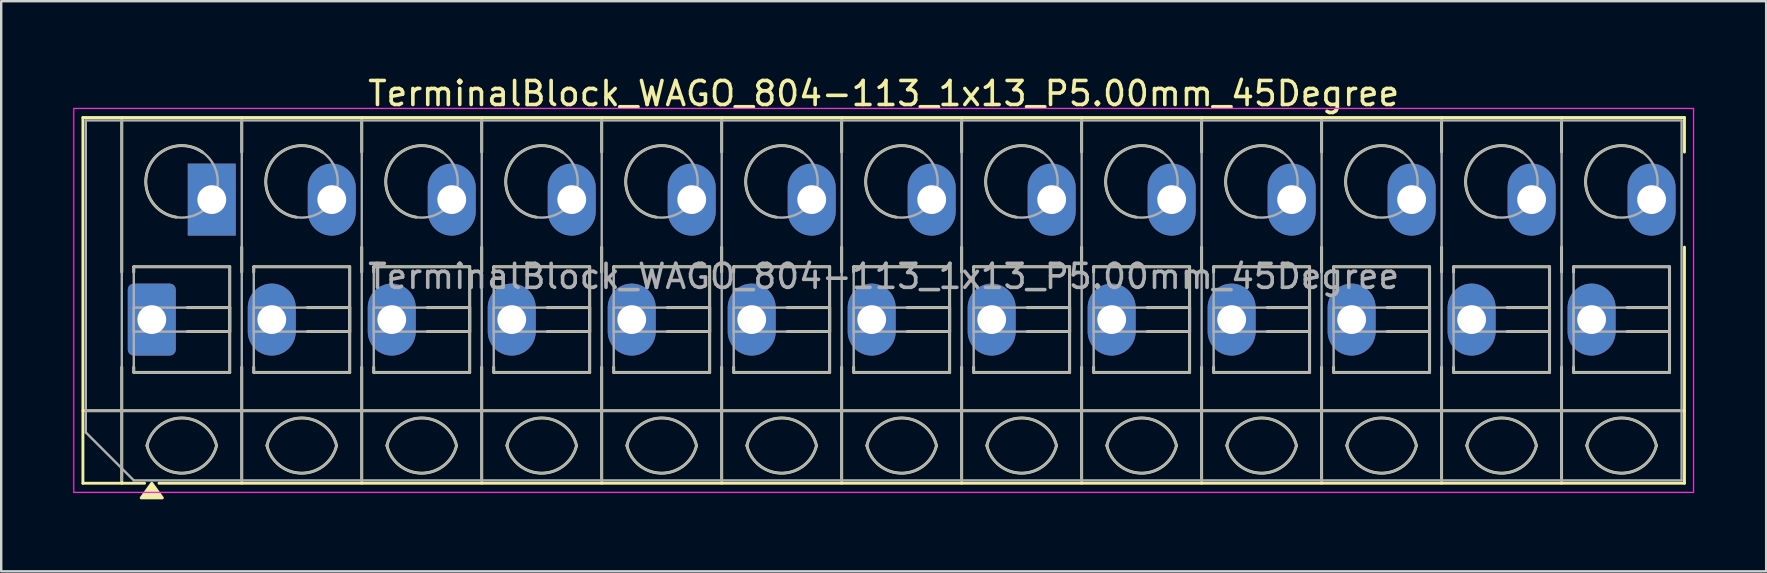
<source format=kicad_pcb>
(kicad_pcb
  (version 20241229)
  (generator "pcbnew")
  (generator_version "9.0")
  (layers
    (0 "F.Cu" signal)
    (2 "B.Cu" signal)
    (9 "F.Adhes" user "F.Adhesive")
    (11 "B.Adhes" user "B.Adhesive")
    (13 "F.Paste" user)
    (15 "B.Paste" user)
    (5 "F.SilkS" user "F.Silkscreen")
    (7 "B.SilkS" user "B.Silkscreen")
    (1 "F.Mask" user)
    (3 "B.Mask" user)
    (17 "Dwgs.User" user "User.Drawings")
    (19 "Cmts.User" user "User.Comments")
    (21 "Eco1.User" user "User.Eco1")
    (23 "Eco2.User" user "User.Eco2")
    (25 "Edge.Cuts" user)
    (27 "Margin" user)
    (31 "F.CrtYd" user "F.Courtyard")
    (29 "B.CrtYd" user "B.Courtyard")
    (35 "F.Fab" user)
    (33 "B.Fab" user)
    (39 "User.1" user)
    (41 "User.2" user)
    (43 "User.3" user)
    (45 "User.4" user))
  (footprint "TerminalBlock_WAGO_804-113_1x13_P5.00mm_45Degree"
    (layer "F.Cu")
    (at 3.275 10.268)
    (property "Reference" "TerminalBlock_WAGO_804-113_1x13_P5.00mm_45Degree" (at 30.5 -9.42 0) (layer "F.SilkS") (effects (font (size 1 1) (thickness 0.15))))
    (attr through_hole)
    (fp_line (start -2.87 -8.42) (end -2.87 6.82) (stroke (width 0.12) (type solid)) (layer "F.SilkS"))
    (fp_line (start -2.87 -8.42) (end 63.87 -8.42) (stroke (width 0.12) (type solid)) (layer "F.SilkS"))
    (fp_line (start -2.87 3.8) (end 63.87 3.8) (stroke (width 0.12) (type solid)) (layer "F.SilkS"))
    (fp_line (start -2.87 6.82) (end -0.3 6.82) (stroke (width 0.12) (type solid)) (layer "F.SilkS"))
    (fp_line (start -1.25 -8.42) (end -1.25 -1.98) (stroke (width 0.12) (type solid)) (layer "F.SilkS"))
    (fp_line (start -1.25 1.98) (end -1.25 6.82) (stroke (width 0.12) (type solid)) (layer "F.SilkS"))
    (fp_line (start -0.75 -2.2) (end -0.75 -1.98) (stroke (width 0.12) (type solid)) (layer "F.SilkS"))
    (fp_line (start -0.75 -2.2) (end 3.25 -2.2) (stroke (width 0.12) (type solid)) (layer "F.SilkS"))
    (fp_line (start -0.75 1.98) (end -0.75 2.2) (stroke (width 0.12) (type solid)) (layer "F.SilkS"))
    (fp_line (start -0.75 2.2) (end 3.25 2.2) (stroke (width 0.12) (type solid)) (layer "F.SilkS"))
    (fp_line (start 0.3 6.82) (end 63.87 6.82) (stroke (width 0.12) (type solid)) (layer "F.SilkS"))
    (fp_line (start 1.48 -0.5) (end 3.25 -0.5) (stroke (width 0.12) (type solid)) (layer "F.SilkS"))
    (fp_line (start 1.48 0.5) (end 3.25 0.5) (stroke (width 0.12) (type solid)) (layer "F.SilkS"))
    (fp_line (start 3.25 -2.2) (end 3.25 2.2) (stroke (width 0.12) (type solid)) (layer "F.SilkS"))
    (fp_line (start 3.25 -0.5) (end 3.25 0.5) (stroke (width 0.12) (type solid)) (layer "F.SilkS"))
    (fp_line (start 3.75 -8.42) (end 3.75 -6.98) (stroke (width 0.12) (type solid)) (layer "F.SilkS"))
    (fp_line (start 3.75 -3.02) (end 3.75 -1.98) (stroke (width 0.12) (type solid)) (layer "F.SilkS"))
    (fp_line (start 3.75 1.98) (end 3.75 6.82) (stroke (width 0.12) (type solid)) (layer "F.SilkS"))
    (fp_line (start 4.25 -2.2) (end 4.25 -1.98) (stroke (width 0.12) (type solid)) (layer "F.SilkS"))
    (fp_line (start 4.25 -2.2) (end 8.25 -2.2) (stroke (width 0.12) (type solid)) (layer "F.SilkS"))
    (fp_line (start 4.25 1.98) (end 4.25 2.2) (stroke (width 0.12) (type solid)) (layer "F.SilkS"))
    (fp_line (start 4.25 2.2) (end 8.25 2.2) (stroke (width 0.12) (type solid)) (layer "F.SilkS"))
    (fp_line (start 6.48 -0.5) (end 8.25 -0.5) (stroke (width 0.12) (type solid)) (layer "F.SilkS"))
    (fp_line (start 6.48 0.5) (end 8.25 0.5) (stroke (width 0.12) (type solid)) (layer "F.SilkS"))
    (fp_line (start 8.25 -2.2) (end 8.25 2.2) (stroke (width 0.12) (type solid)) (layer "F.SilkS"))
    (fp_line (start 8.25 -0.5) (end 8.25 0.5) (stroke (width 0.12) (type solid)) (layer "F.SilkS"))
    (fp_line (start 8.75 -8.42) (end 8.75 -6.98) (stroke (width 0.12) (type solid)) (layer "F.SilkS"))
    (fp_line (start 8.75 -3.02) (end 8.75 -1.98) (stroke (width 0.12) (type solid)) (layer "F.SilkS"))
    (fp_line (start 8.75 1.98) (end 8.75 6.82) (stroke (width 0.12) (type solid)) (layer "F.SilkS"))
    (fp_line (start 9.25 -2.2) (end 9.25 -1.98) (stroke (width 0.12) (type solid)) (layer "F.SilkS"))
    (fp_line (start 9.25 -2.2) (end 13.25 -2.2) (stroke (width 0.12) (type solid)) (layer "F.SilkS"))
    (fp_line (start 9.25 1.98) (end 9.25 2.2) (stroke (width 0.12) (type solid)) (layer "F.SilkS"))
    (fp_line (start 9.25 2.2) (end 13.25 2.2) (stroke (width 0.12) (type solid)) (layer "F.SilkS"))
    (fp_line (start 11.48 -0.5) (end 13.25 -0.5) (stroke (width 0.12) (type solid)) (layer "F.SilkS"))
    (fp_line (start 11.48 0.5) (end 13.25 0.5) (stroke (width 0.12) (type solid)) (layer "F.SilkS"))
    (fp_line (start 13.25 -2.2) (end 13.25 2.2) (stroke (width 0.12) (type solid)) (layer "F.SilkS"))
    (fp_line (start 13.25 -0.5) (end 13.25 0.5) (stroke (width 0.12) (type solid)) (layer "F.SilkS"))
    (fp_line (start 13.75 -8.42) (end 13.75 -6.98) (stroke (width 0.12) (type solid)) (layer "F.SilkS"))
    (fp_line (start 13.75 -3.02) (end 13.75 -1.98) (stroke (width 0.12) (type solid)) (layer "F.SilkS"))
    (fp_line (start 13.75 1.98) (end 13.75 6.82) (stroke (width 0.12) (type solid)) (layer "F.SilkS"))
    (fp_line (start 14.25 -2.2) (end 14.25 -1.98) (stroke (width 0.12) (type solid)) (layer "F.SilkS"))
    (fp_line (start 14.25 -2.2) (end 18.25 -2.2) (stroke (width 0.12) (type solid)) (layer "F.SilkS"))
    (fp_line (start 14.25 1.98) (end 14.25 2.2) (stroke (width 0.12) (type solid)) (layer "F.SilkS"))
    (fp_line (start 14.25 2.2) (end 18.25 2.2) (stroke (width 0.12) (type solid)) (layer "F.SilkS"))
    (fp_line (start 16.48 -0.5) (end 18.25 -0.5) (stroke (width 0.12) (type solid)) (layer "F.SilkS"))
    (fp_line (start 16.48 0.5) (end 18.25 0.5) (stroke (width 0.12) (type solid)) (layer "F.SilkS"))
    (fp_line (start 18.25 -2.2) (end 18.25 2.2) (stroke (width 0.12) (type solid)) (layer "F.SilkS"))
    (fp_line (start 18.25 -0.5) (end 18.25 0.5) (stroke (width 0.12) (type solid)) (layer "F.SilkS"))
    (fp_line (start 18.75 -8.42) (end 18.75 -6.98) (stroke (width 0.12) (type solid)) (layer "F.SilkS"))
    (fp_line (start 18.75 -3.02) (end 18.75 -1.98) (stroke (width 0.12) (type solid)) (layer "F.SilkS"))
    (fp_line (start 18.75 1.98) (end 18.75 6.82) (stroke (width 0.12) (type solid)) (layer "F.SilkS"))
    (fp_line (start 19.25 -2.2) (end 19.25 -1.98) (stroke (width 0.12) (type solid)) (layer "F.SilkS"))
    (fp_line (start 19.25 -2.2) (end 23.25 -2.2) (stroke (width 0.12) (type solid)) (layer "F.SilkS"))
    (fp_line (start 19.25 1.98) (end 19.25 2.2) (stroke (width 0.12) (type solid)) (layer "F.SilkS"))
    (fp_line (start 19.25 2.2) (end 23.25 2.2) (stroke (width 0.12) (type solid)) (layer "F.SilkS"))
    (fp_line (start 21.48 -0.5) (end 23.25 -0.5) (stroke (width 0.12) (type solid)) (layer "F.SilkS"))
    (fp_line (start 21.48 0.5) (end 23.25 0.5) (stroke (width 0.12) (type solid)) (layer "F.SilkS"))
    (fp_line (start 23.25 -2.2) (end 23.25 2.2) (stroke (width 0.12) (type solid)) (layer "F.SilkS"))
    (fp_line (start 23.25 -0.5) (end 23.25 0.5) (stroke (width 0.12) (type solid)) (layer "F.SilkS"))
    (fp_line (start 23.75 -8.42) (end 23.75 -6.98) (stroke (width 0.12) (type solid)) (layer "F.SilkS"))
    (fp_line (start 23.75 -3.02) (end 23.75 -1.98) (stroke (width 0.12) (type solid)) (layer "F.SilkS"))
    (fp_line (start 23.75 1.98) (end 23.75 6.82) (stroke (width 0.12) (type solid)) (layer "F.SilkS"))
    (fp_line (start 24.25 -2.2) (end 24.25 -1.98) (stroke (width 0.12) (type solid)) (layer "F.SilkS"))
    (fp_line (start 24.25 -2.2) (end 28.25 -2.2) (stroke (width 0.12) (type solid)) (layer "F.SilkS"))
    (fp_line (start 24.25 1.98) (end 24.25 2.2) (stroke (width 0.12) (type solid)) (layer "F.SilkS"))
    (fp_line (start 24.25 2.2) (end 28.25 2.2) (stroke (width 0.12) (type solid)) (layer "F.SilkS"))
    (fp_line (start 26.48 -0.5) (end 28.25 -0.5) (stroke (width 0.12) (type solid)) (layer "F.SilkS"))
    (fp_line (start 26.48 0.5) (end 28.25 0.5) (stroke (width 0.12) (type solid)) (layer "F.SilkS"))
    (fp_line (start 28.25 -2.2) (end 28.25 2.2) (stroke (width 0.12) (type solid)) (layer "F.SilkS"))
    (fp_line (start 28.25 -0.5) (end 28.25 0.5) (stroke (width 0.12) (type solid)) (layer "F.SilkS"))
    (fp_line (start 28.75 -8.42) (end 28.75 -6.98) (stroke (width 0.12) (type solid)) (layer "F.SilkS"))
    (fp_line (start 28.75 -3.02) (end 28.75 -1.98) (stroke (width 0.12) (type solid)) (layer "F.SilkS"))
    (fp_line (start 28.75 1.98) (end 28.75 6.82) (stroke (width 0.12) (type solid)) (layer "F.SilkS"))
    (fp_line (start 29.25 -2.2) (end 29.25 -1.98) (stroke (width 0.12) (type solid)) (layer "F.SilkS"))
    (fp_line (start 29.25 -2.2) (end 33.25 -2.2) (stroke (width 0.12) (type solid)) (layer "F.SilkS"))
    (fp_line (start 29.25 1.98) (end 29.25 2.2) (stroke (width 0.12) (type solid)) (layer "F.SilkS"))
    (fp_line (start 29.25 2.2) (end 33.25 2.2) (stroke (width 0.12) (type solid)) (layer "F.SilkS"))
    (fp_line (start 31.48 -0.5) (end 33.25 -0.5) (stroke (width 0.12) (type solid)) (layer "F.SilkS"))
    (fp_line (start 31.48 0.5) (end 33.25 0.5) (stroke (width 0.12) (type solid)) (layer "F.SilkS"))
    (fp_line (start 33.25 -2.2) (end 33.25 2.2) (stroke (width 0.12) (type solid)) (layer "F.SilkS"))
    (fp_line (start 33.25 -0.5) (end 33.25 0.5) (stroke (width 0.12) (type solid)) (layer "F.SilkS"))
    (fp_line (start 33.75 -8.42) (end 33.75 -6.98) (stroke (width 0.12) (type solid)) (layer "F.SilkS"))
    (fp_line (start 33.75 -3.02) (end 33.75 -1.98) (stroke (width 0.12) (type solid)) (layer "F.SilkS"))
    (fp_line (start 33.75 1.98) (end 33.75 6.82) (stroke (width 0.12) (type solid)) (layer "F.SilkS"))
    (fp_line (start 34.25 -2.2) (end 34.25 -1.98) (stroke (width 0.12) (type solid)) (layer "F.SilkS"))
    (fp_line (start 34.25 -2.2) (end 38.25 -2.2) (stroke (width 0.12) (type solid)) (layer "F.SilkS"))
    (fp_line (start 34.25 1.98) (end 34.25 2.2) (stroke (width 0.12) (type solid)) (layer "F.SilkS"))
    (fp_line (start 34.25 2.2) (end 38.25 2.2) (stroke (width 0.12) (type solid)) (layer "F.SilkS"))
    (fp_line (start 36.48 -0.5) (end 38.25 -0.5) (stroke (width 0.12) (type solid)) (layer "F.SilkS"))
    (fp_line (start 36.48 0.5) (end 38.25 0.5) (stroke (width 0.12) (type solid)) (layer "F.SilkS"))
    (fp_line (start 38.25 -2.2) (end 38.25 2.2) (stroke (width 0.12) (type solid)) (layer "F.SilkS"))
    (fp_line (start 38.25 -0.5) (end 38.25 0.5) (stroke (width 0.12) (type solid)) (layer "F.SilkS"))
    (fp_line (start 38.75 -8.42) (end 38.75 -6.98) (stroke (width 0.12) (type solid)) (layer "F.SilkS"))
    (fp_line (start 38.75 -3.02) (end 38.75 -1.98) (stroke (width 0.12) (type solid)) (layer "F.SilkS"))
    (fp_line (start 38.75 1.98) (end 38.75 6.82) (stroke (width 0.12) (type solid)) (layer "F.SilkS"))
    (fp_line (start 39.25 -2.2) (end 39.25 -1.98) (stroke (width 0.12) (type solid)) (layer "F.SilkS"))
    (fp_line (start 39.25 -2.2) (end 43.25 -2.2) (stroke (width 0.12) (type solid)) (layer "F.SilkS"))
    (fp_line (start 39.25 1.98) (end 39.25 2.2) (stroke (width 0.12) (type solid)) (layer "F.SilkS"))
    (fp_line (start 39.25 2.2) (end 43.25 2.2) (stroke (width 0.12) (type solid)) (layer "F.SilkS"))
    (fp_line (start 41.48 -0.5) (end 43.25 -0.5) (stroke (width 0.12) (type solid)) (layer "F.SilkS"))
    (fp_line (start 41.48 0.5) (end 43.25 0.5) (stroke (width 0.12) (type solid)) (layer "F.SilkS"))
    (fp_line (start 43.25 -2.2) (end 43.25 2.2) (stroke (width 0.12) (type solid)) (layer "F.SilkS"))
    (fp_line (start 43.25 -0.5) (end 43.25 0.5) (stroke (width 0.12) (type solid)) (layer "F.SilkS"))
    (fp_line (start 43.75 -8.42) (end 43.75 -6.98) (stroke (width 0.12) (type solid)) (layer "F.SilkS"))
    (fp_line (start 43.75 -3.02) (end 43.75 -1.98) (stroke (width 0.12) (type solid)) (layer "F.SilkS"))
    (fp_line (start 43.75 1.98) (end 43.75 6.82) (stroke (width 0.12) (type solid)) (layer "F.SilkS"))
    (fp_line (start 44.25 -2.2) (end 44.25 -1.98) (stroke (width 0.12) (type solid)) (layer "F.SilkS"))
    (fp_line (start 44.25 -2.2) (end 48.25 -2.2) (stroke (width 0.12) (type solid)) (layer "F.SilkS"))
    (fp_line (start 44.25 1.98) (end 44.25 2.2) (stroke (width 0.12) (type solid)) (layer "F.SilkS"))
    (fp_line (start 44.25 2.2) (end 48.25 2.2) (stroke (width 0.12) (type solid)) (layer "F.SilkS"))
    (fp_line (start 46.48 -0.5) (end 48.25 -0.5) (stroke (width 0.12) (type solid)) (layer "F.SilkS"))
    (fp_line (start 46.48 0.5) (end 48.25 0.5) (stroke (width 0.12) (type solid)) (layer "F.SilkS"))
    (fp_line (start 48.25 -2.2) (end 48.25 2.2) (stroke (width 0.12) (type solid)) (layer "F.SilkS"))
    (fp_line (start 48.25 -0.5) (end 48.25 0.5) (stroke (width 0.12) (type solid)) (layer "F.SilkS"))
    (fp_line (start 48.75 -8.42) (end 48.75 -6.98) (stroke (width 0.12) (type solid)) (layer "F.SilkS"))
    (fp_line (start 48.75 -3.02) (end 48.75 -1.98) (stroke (width 0.12) (type solid)) (layer "F.SilkS"))
    (fp_line (start 48.75 1.98) (end 48.75 6.82) (stroke (width 0.12) (type solid)) (layer "F.SilkS"))
    (fp_line (start 49.25 -2.2) (end 49.25 -1.98) (stroke (width 0.12) (type solid)) (layer "F.SilkS"))
    (fp_line (start 49.25 -2.2) (end 53.25 -2.2) (stroke (width 0.12) (type solid)) (layer "F.SilkS"))
    (fp_line (start 49.25 1.98) (end 49.25 2.2) (stroke (width 0.12) (type solid)) (layer "F.SilkS"))
    (fp_line (start 49.25 2.2) (end 53.25 2.2) (stroke (width 0.12) (type solid)) (layer "F.SilkS"))
    (fp_line (start 51.48 -0.5) (end 53.25 -0.5) (stroke (width 0.12) (type solid)) (layer "F.SilkS"))
    (fp_line (start 51.48 0.5) (end 53.25 0.5) (stroke (width 0.12) (type solid)) (layer "F.SilkS"))
    (fp_line (start 53.25 -2.2) (end 53.25 2.2) (stroke (width 0.12) (type solid)) (layer "F.SilkS"))
    (fp_line (start 53.25 -0.5) (end 53.25 0.5) (stroke (width 0.12) (type solid)) (layer "F.SilkS"))
    (fp_line (start 53.75 -8.42) (end 53.75 -6.98) (stroke (width 0.12) (type solid)) (layer "F.SilkS"))
    (fp_line (start 53.75 -3.02) (end 53.75 -1.98) (stroke (width 0.12) (type solid)) (layer "F.SilkS"))
    (fp_line (start 53.75 1.98) (end 53.75 6.82) (stroke (width 0.12) (type solid)) (layer "F.SilkS"))
    (fp_line (start 54.25 -2.2) (end 54.25 -1.98) (stroke (width 0.12) (type solid)) (layer "F.SilkS"))
    (fp_line (start 54.25 -2.2) (end 58.25 -2.2) (stroke (width 0.12) (type solid)) (layer "F.SilkS"))
    (fp_line (start 54.25 1.98) (end 54.25 2.2) (stroke (width 0.12) (type solid)) (layer "F.SilkS"))
    (fp_line (start 54.25 2.2) (end 58.25 2.2) (stroke (width 0.12) (type solid)) (layer "F.SilkS"))
    (fp_line (start 56.48 -0.5) (end 58.25 -0.5) (stroke (width 0.12) (type solid)) (layer "F.SilkS"))
    (fp_line (start 56.48 0.5) (end 58.25 0.5) (stroke (width 0.12) (type solid)) (layer "F.SilkS"))
    (fp_line (start 58.25 -2.2) (end 58.25 2.2) (stroke (width 0.12) (type solid)) (layer "F.SilkS"))
    (fp_line (start 58.25 -0.5) (end 58.25 0.5) (stroke (width 0.12) (type solid)) (layer "F.SilkS"))
    (fp_line (start 58.75 -8.42) (end 58.75 -6.98) (stroke (width 0.12) (type solid)) (layer "F.SilkS"))
    (fp_line (start 58.75 -3.02) (end 58.75 -1.98) (stroke (width 0.12) (type solid)) (layer "F.SilkS"))
    (fp_line (start 58.75 1.98) (end 58.75 6.82) (stroke (width 0.12) (type solid)) (layer "F.SilkS"))
    (fp_line (start 59.25 -2.2) (end 59.25 -1.98) (stroke (width 0.12) (type solid)) (layer "F.SilkS"))
    (fp_line (start 59.25 -2.2) (end 63.25 -2.2) (stroke (width 0.12) (type solid)) (layer "F.SilkS"))
    (fp_line (start 59.25 1.98) (end 59.25 2.2) (stroke (width 0.12) (type solid)) (layer "F.SilkS"))
    (fp_line (start 59.25 2.2) (end 63.25 2.2) (stroke (width 0.12) (type solid)) (layer "F.SilkS"))
    (fp_line (start 61.48 -0.5) (end 63.25 -0.5) (stroke (width 0.12) (type solid)) (layer "F.SilkS"))
    (fp_line (start 61.48 0.5) (end 63.25 0.5) (stroke (width 0.12) (type solid)) (layer "F.SilkS"))
    (fp_line (start 63.25 -2.2) (end 63.25 2.2) (stroke (width 0.12) (type solid)) (layer "F.SilkS"))
    (fp_line (start 63.25 -0.5) (end 63.25 0.5) (stroke (width 0.12) (type solid)) (layer "F.SilkS"))
    (fp_line (start 63.87 -8.42) (end 63.87 -6.98) (stroke (width 0.12) (type solid)) (layer "F.SilkS"))
    (fp_line (start 63.87 -3.02) (end 63.87 6.82) (stroke (width 0.12) (type solid)) (layer "F.SilkS"))
    (fp_arc (start -0.199969 5.249867) (mid 1.250068 4.099899) (end 2.7 5.25) (stroke (width 0.12) (type solid)) (layer "F.SilkS"))
    (fp_arc (start 1.02 -4.268) (mid -0.141815 -6.308637) (end 2.10843 -6.979765) (stroke (width 0.12) (type solid)) (layer "F.SilkS"))
    (fp_arc (start 2.7 5.25) (mid 1.250068 6.400101) (end -0.199969 5.250133) (stroke (width 0.12) (type solid)) (layer "F.SilkS"))
    (fp_arc (start 4.800031 5.249867) (mid 6.250068 4.099899) (end 7.7 5.25) (stroke (width 0.12) (type solid)) (layer "F.SilkS"))
    (fp_arc (start 6.02 -4.268) (mid 4.858185 -6.308637) (end 7.10843 -6.979765) (stroke (width 0.12) (type solid)) (layer "F.SilkS"))
    (fp_arc (start 7.7 5.25) (mid 6.250068 6.400101) (end 4.800031 5.250133) (stroke (width 0.12) (type solid)) (layer "F.SilkS"))
    (fp_arc (start 9.800031 5.249867) (mid 11.250068 4.099899) (end 12.7 5.25) (stroke (width 0.12) (type solid)) (layer "F.SilkS"))
    (fp_arc (start 11.02 -4.268) (mid 9.858185 -6.308637) (end 12.10843 -6.979765) (stroke (width 0.12) (type solid)) (layer "F.SilkS"))
    (fp_arc (start 12.7 5.25) (mid 11.250068 6.400101) (end 9.800031 5.250133) (stroke (width 0.12) (type solid)) (layer "F.SilkS"))
    (fp_arc (start 14.800031 5.249867) (mid 16.250068 4.099899) (end 17.7 5.25) (stroke (width 0.12) (type solid)) (layer "F.SilkS"))
    (fp_arc (start 16.02 -4.268) (mid 14.858185 -6.308637) (end 17.10843 -6.979765) (stroke (width 0.12) (type solid)) (layer "F.SilkS"))
    (fp_arc (start 17.7 5.25) (mid 16.250068 6.400101) (end 14.800031 5.250133) (stroke (width 0.12) (type solid)) (layer "F.SilkS"))
    (fp_arc (start 19.800031 5.249867) (mid 21.250068 4.099899) (end 22.7 5.25) (stroke (width 0.12) (type solid)) (layer "F.SilkS"))
    (fp_arc (start 21.02 -4.268) (mid 19.858185 -6.308637) (end 22.10843 -6.979765) (stroke (width 0.12) (type solid)) (layer "F.SilkS"))
    (fp_arc (start 22.7 5.25) (mid 21.250068 6.400101) (end 19.800031 5.250133) (stroke (width 0.12) (type solid)) (layer "F.SilkS"))
    (fp_arc (start 24.800031 5.249867) (mid 26.250068 4.099899) (end 27.7 5.25) (stroke (width 0.12) (type solid)) (layer "F.SilkS"))
    (fp_arc (start 26.02 -4.268) (mid 24.858185 -6.308637) (end 27.10843 -6.979765) (stroke (width 0.12) (type solid)) (layer "F.SilkS"))
    (fp_arc (start 27.7 5.25) (mid 26.250068 6.400101) (end 24.800031 5.250133) (stroke (width 0.12) (type solid)) (layer "F.SilkS"))
    (fp_arc (start 29.800031 5.249867) (mid 31.250068 4.099899) (end 32.7 5.25) (stroke (width 0.12) (type solid)) (layer "F.SilkS"))
    (fp_arc (start 31.02 -4.268) (mid 29.858185 -6.308637) (end 32.10843 -6.979765) (stroke (width 0.12) (type solid)) (layer "F.SilkS"))
    (fp_arc (start 32.7 5.25) (mid 31.250068 6.400101) (end 29.800031 5.250133) (stroke (width 0.12) (type solid)) (layer "F.SilkS"))
    (fp_arc (start 34.800031 5.249867) (mid 36.250068 4.099899) (end 37.7 5.25) (stroke (width 0.12) (type solid)) (layer "F.SilkS"))
    (fp_arc (start 36.02 -4.268) (mid 34.858185 -6.308637) (end 37.10843 -6.979765) (stroke (width 0.12) (type solid)) (layer "F.SilkS"))
    (fp_arc (start 37.7 5.25) (mid 36.250068 6.400101) (end 34.800031 5.250133) (stroke (width 0.12) (type solid)) (layer "F.SilkS"))
    (fp_arc (start 39.800031 5.249867) (mid 41.250068 4.099899) (end 42.7 5.25) (stroke (width 0.12) (type solid)) (layer "F.SilkS"))
    (fp_arc (start 41.02 -4.268) (mid 39.858185 -6.308637) (end 42.10843 -6.979765) (stroke (width 0.12) (type solid)) (layer "F.SilkS"))
    (fp_arc (start 42.7 5.25) (mid 41.250068 6.400101) (end 39.800031 5.250133) (stroke (width 0.12) (type solid)) (layer "F.SilkS"))
    (fp_arc (start 44.800031 5.249867) (mid 46.250068 4.099899) (end 47.7 5.25) (stroke (width 0.12) (type solid)) (layer "F.SilkS"))
    (fp_arc (start 46.02 -4.268) (mid 44.858185 -6.308637) (end 47.10843 -6.979765) (stroke (width 0.12) (type solid)) (layer "F.SilkS"))
    (fp_arc (start 47.7 5.25) (mid 46.250068 6.400101) (end 44.800031 5.250133) (stroke (width 0.12) (type solid)) (layer "F.SilkS"))
    (fp_arc (start 49.800031 5.249867) (mid 51.250068 4.099899) (end 52.7 5.25) (stroke (width 0.12) (type solid)) (layer "F.SilkS"))
    (fp_arc (start 51.02 -4.268) (mid 49.858185 -6.308637) (end 52.10843 -6.979765) (stroke (width 0.12) (type solid)) (layer "F.SilkS"))
    (fp_arc (start 52.7 5.25) (mid 51.250068 6.400101) (end 49.800031 5.250133) (stroke (width 0.12) (type solid)) (layer "F.SilkS"))
    (fp_arc (start 54.800031 5.249867) (mid 56.250068 4.099899) (end 57.7 5.25) (stroke (width 0.12) (type solid)) (layer "F.SilkS"))
    (fp_arc (start 56.02 -4.268) (mid 54.858185 -6.308637) (end 57.10843 -6.979765) (stroke (width 0.12) (type solid)) (layer "F.SilkS"))
    (fp_arc (start 57.7 5.25) (mid 56.250068 6.400101) (end 54.800031 5.250133) (stroke (width 0.12) (type solid)) (layer "F.SilkS"))
    (fp_arc (start 59.800031 5.249867) (mid 61.250068 4.099899) (end 62.7 5.25) (stroke (width 0.12) (type solid)) (layer "F.SilkS"))
    (fp_arc (start 61.02 -4.268) (mid 59.858185 -6.308637) (end 62.10843 -6.979765) (stroke (width 0.12) (type solid)) (layer "F.SilkS"))
    (fp_arc (start 62.7 5.25) (mid 61.250068 6.400101) (end 59.800031 5.250133) (stroke (width 0.12) (type solid)) (layer "F.SilkS"))
    (fp_poly (pts (xy 0 6.82) (xy 0.44 7.43) (xy -0.44 7.43)) (stroke (width 0.12) (type solid)) (fill yes) (layer "F.SilkS"))
    (fp_line (start -3.25 -8.8) (end -3.25 7.2) (stroke (width 0.05) (type solid)) (layer "F.CrtYd"))
    (fp_line (start -3.25 7.2) (end 64.25 7.2) (stroke (width 0.05) (type solid)) (layer "F.CrtYd"))
    (fp_line (start 64.25 -8.8) (end -3.25 -8.8) (stroke (width 0.05) (type solid)) (layer "F.CrtYd"))
    (fp_line (start 64.25 7.2) (end 64.25 -8.8) (stroke (width 0.05) (type solid)) (layer "F.CrtYd"))
    (fp_line (start -2.75 -8.3) (end 63.75 -8.3) (stroke (width 0.1) (type solid)) (layer "F.Fab"))
    (fp_line (start -2.75 3.8) (end 63.75 3.8) (stroke (width 0.1) (type solid)) (layer "F.Fab"))
    (fp_line (start -2.75 4.7) (end -2.75 -8.3) (stroke (width 0.1) (type solid)) (layer "F.Fab"))
    (fp_line (start -1.25 -8.3) (end -1.25 6.7) (stroke (width 0.1) (type solid)) (layer "F.Fab"))
    (fp_line (start -0.75 -2.2) (end -0.75 2.2) (stroke (width 0.1) (type solid)) (layer "F.Fab"))
    (fp_line (start -0.75 -0.5) (end -0.75 0.5) (stroke (width 0.1) (type solid)) (layer "F.Fab"))
    (fp_line (start -0.75 0.5) (end 3.25 0.5) (stroke (width 0.1) (type solid)) (layer "F.Fab"))
    (fp_line (start -0.75 2.2) (end 3.25 2.2) (stroke (width 0.1) (type solid)) (layer "F.Fab"))
    (fp_line (start -0.75 6.7) (end -2.75 4.7) (stroke (width 0.1) (type solid)) (layer "F.Fab"))
    (fp_line (start 3.25 -2.2) (end -0.75 -2.2) (stroke (width 0.1) (type solid)) (layer "F.Fab"))
    (fp_line (start 3.25 -0.5) (end -0.75 -0.5) (stroke (width 0.1) (type solid)) (layer "F.Fab"))
    (fp_line (start 3.25 0.5) (end 3.25 -0.5) (stroke (width 0.1) (type solid)) (layer "F.Fab"))
    (fp_line (start 3.25 2.2) (end 3.25 -2.2) (stroke (width 0.1) (type solid)) (layer "F.Fab"))
    (fp_line (start 3.75 -8.3) (end 3.75 6.7) (stroke (width 0.1) (type solid)) (layer "F.Fab"))
    (fp_line (start 4.25 -2.2) (end 4.25 2.2) (stroke (width 0.1) (type solid)) (layer "F.Fab"))
    (fp_line (start 4.25 -0.5) (end 4.25 0.5) (stroke (width 0.1) (type solid)) (layer "F.Fab"))
    (fp_line (start 4.25 0.5) (end 8.25 0.5) (stroke (width 0.1) (type solid)) (layer "F.Fab"))
    (fp_line (start 4.25 2.2) (end 8.25 2.2) (stroke (width 0.1) (type solid)) (layer "F.Fab"))
    (fp_line (start 8.25 -2.2) (end 4.25 -2.2) (stroke (width 0.1) (type solid)) (layer "F.Fab"))
    (fp_line (start 8.25 -0.5) (end 4.25 -0.5) (stroke (width 0.1) (type solid)) (layer "F.Fab"))
    (fp_line (start 8.25 0.5) (end 8.25 -0.5) (stroke (width 0.1) (type solid)) (layer "F.Fab"))
    (fp_line (start 8.25 2.2) (end 8.25 -2.2) (stroke (width 0.1) (type solid)) (layer "F.Fab"))
    (fp_line (start 8.75 -8.3) (end 8.75 6.7) (stroke (width 0.1) (type solid)) (layer "F.Fab"))
    (fp_line (start 9.25 -2.2) (end 9.25 2.2) (stroke (width 0.1) (type solid)) (layer "F.Fab"))
    (fp_line (start 9.25 -0.5) (end 9.25 0.5) (stroke (width 0.1) (type solid)) (layer "F.Fab"))
    (fp_line (start 9.25 0.5) (end 13.25 0.5) (stroke (width 0.1) (type solid)) (layer "F.Fab"))
    (fp_line (start 9.25 2.2) (end 13.25 2.2) (stroke (width 0.1) (type solid)) (layer "F.Fab"))
    (fp_line (start 13.25 -2.2) (end 9.25 -2.2) (stroke (width 0.1) (type solid)) (layer "F.Fab"))
    (fp_line (start 13.25 -0.5) (end 9.25 -0.5) (stroke (width 0.1) (type solid)) (layer "F.Fab"))
    (fp_line (start 13.25 0.5) (end 13.25 -0.5) (stroke (width 0.1) (type solid)) (layer "F.Fab"))
    (fp_line (start 13.25 2.2) (end 13.25 -2.2) (stroke (width 0.1) (type solid)) (layer "F.Fab"))
    (fp_line (start 13.75 -8.3) (end 13.75 6.7) (stroke (width 0.1) (type solid)) (layer "F.Fab"))
    (fp_line (start 14.25 -2.2) (end 14.25 2.2) (stroke (width 0.1) (type solid)) (layer "F.Fab"))
    (fp_line (start 14.25 -0.5) (end 14.25 0.5) (stroke (width 0.1) (type solid)) (layer "F.Fab"))
    (fp_line (start 14.25 0.5) (end 18.25 0.5) (stroke (width 0.1) (type solid)) (layer "F.Fab"))
    (fp_line (start 14.25 2.2) (end 18.25 2.2) (stroke (width 0.1) (type solid)) (layer "F.Fab"))
    (fp_line (start 18.25 -2.2) (end 14.25 -2.2) (stroke (width 0.1) (type solid)) (layer "F.Fab"))
    (fp_line (start 18.25 -0.5) (end 14.25 -0.5) (stroke (width 0.1) (type solid)) (layer "F.Fab"))
    (fp_line (start 18.25 0.5) (end 18.25 -0.5) (stroke (width 0.1) (type solid)) (layer "F.Fab"))
    (fp_line (start 18.25 2.2) (end 18.25 -2.2) (stroke (width 0.1) (type solid)) (layer "F.Fab"))
    (fp_line (start 18.75 -8.3) (end 18.75 6.7) (stroke (width 0.1) (type solid)) (layer "F.Fab"))
    (fp_line (start 19.25 -2.2) (end 19.25 2.2) (stroke (width 0.1) (type solid)) (layer "F.Fab"))
    (fp_line (start 19.25 -0.5) (end 19.25 0.5) (stroke (width 0.1) (type solid)) (layer "F.Fab"))
    (fp_line (start 19.25 0.5) (end 23.25 0.5) (stroke (width 0.1) (type solid)) (layer "F.Fab"))
    (fp_line (start 19.25 2.2) (end 23.25 2.2) (stroke (width 0.1) (type solid)) (layer "F.Fab"))
    (fp_line (start 23.25 -2.2) (end 19.25 -2.2) (stroke (width 0.1) (type solid)) (layer "F.Fab"))
    (fp_line (start 23.25 -0.5) (end 19.25 -0.5) (stroke (width 0.1) (type solid)) (layer "F.Fab"))
    (fp_line (start 23.25 0.5) (end 23.25 -0.5) (stroke (width 0.1) (type solid)) (layer "F.Fab"))
    (fp_line (start 23.25 2.2) (end 23.25 -2.2) (stroke (width 0.1) (type solid)) (layer "F.Fab"))
    (fp_line (start 23.75 -8.3) (end 23.75 6.7) (stroke (width 0.1) (type solid)) (layer "F.Fab"))
    (fp_line (start 24.25 -2.2) (end 24.25 2.2) (stroke (width 0.1) (type solid)) (layer "F.Fab"))
    (fp_line (start 24.25 -0.5) (end 24.25 0.5) (stroke (width 0.1) (type solid)) (layer "F.Fab"))
    (fp_line (start 24.25 0.5) (end 28.25 0.5) (stroke (width 0.1) (type solid)) (layer "F.Fab"))
    (fp_line (start 24.25 2.2) (end 28.25 2.2) (stroke (width 0.1) (type solid)) (layer "F.Fab"))
    (fp_line (start 28.25 -2.2) (end 24.25 -2.2) (stroke (width 0.1) (type solid)) (layer "F.Fab"))
    (fp_line (start 28.25 -0.5) (end 24.25 -0.5) (stroke (width 0.1) (type solid)) (layer "F.Fab"))
    (fp_line (start 28.25 0.5) (end 28.25 -0.5) (stroke (width 0.1) (type solid)) (layer "F.Fab"))
    (fp_line (start 28.25 2.2) (end 28.25 -2.2) (stroke (width 0.1) (type solid)) (layer "F.Fab"))
    (fp_line (start 28.75 -8.3) (end 28.75 6.7) (stroke (width 0.1) (type solid)) (layer "F.Fab"))
    (fp_line (start 29.25 -2.2) (end 29.25 2.2) (stroke (width 0.1) (type solid)) (layer "F.Fab"))
    (fp_line (start 29.25 -0.5) (end 29.25 0.5) (stroke (width 0.1) (type solid)) (layer "F.Fab"))
    (fp_line (start 29.25 0.5) (end 33.25 0.5) (stroke (width 0.1) (type solid)) (layer "F.Fab"))
    (fp_line (start 29.25 2.2) (end 33.25 2.2) (stroke (width 0.1) (type solid)) (layer "F.Fab"))
    (fp_line (start 33.25 -2.2) (end 29.25 -2.2) (stroke (width 0.1) (type solid)) (layer "F.Fab"))
    (fp_line (start 33.25 -0.5) (end 29.25 -0.5) (stroke (width 0.1) (type solid)) (layer "F.Fab"))
    (fp_line (start 33.25 0.5) (end 33.25 -0.5) (stroke (width 0.1) (type solid)) (layer "F.Fab"))
    (fp_line (start 33.25 2.2) (end 33.25 -2.2) (stroke (width 0.1) (type solid)) (layer "F.Fab"))
    (fp_line (start 33.75 -8.3) (end 33.75 6.7) (stroke (width 0.1) (type solid)) (layer "F.Fab"))
    (fp_line (start 34.25 -2.2) (end 34.25 2.2) (stroke (width 0.1) (type solid)) (layer "F.Fab"))
    (fp_line (start 34.25 -0.5) (end 34.25 0.5) (stroke (width 0.1) (type solid)) (layer "F.Fab"))
    (fp_line (start 34.25 0.5) (end 38.25 0.5) (stroke (width 0.1) (type solid)) (layer "F.Fab"))
    (fp_line (start 34.25 2.2) (end 38.25 2.2) (stroke (width 0.1) (type solid)) (layer "F.Fab"))
    (fp_line (start 38.25 -2.2) (end 34.25 -2.2) (stroke (width 0.1) (type solid)) (layer "F.Fab"))
    (fp_line (start 38.25 -0.5) (end 34.25 -0.5) (stroke (width 0.1) (type solid)) (layer "F.Fab"))
    (fp_line (start 38.25 0.5) (end 38.25 -0.5) (stroke (width 0.1) (type solid)) (layer "F.Fab"))
    (fp_line (start 38.25 2.2) (end 38.25 -2.2) (stroke (width 0.1) (type solid)) (layer "F.Fab"))
    (fp_line (start 38.75 -8.3) (end 38.75 6.7) (stroke (width 0.1) (type solid)) (layer "F.Fab"))
    (fp_line (start 39.25 -2.2) (end 39.25 2.2) (stroke (width 0.1) (type solid)) (layer "F.Fab"))
    (fp_line (start 39.25 -0.5) (end 39.25 0.5) (stroke (width 0.1) (type solid)) (layer "F.Fab"))
    (fp_line (start 39.25 0.5) (end 43.25 0.5) (stroke (width 0.1) (type solid)) (layer "F.Fab"))
    (fp_line (start 39.25 2.2) (end 43.25 2.2) (stroke (width 0.1) (type solid)) (layer "F.Fab"))
    (fp_line (start 43.25 -2.2) (end 39.25 -2.2) (stroke (width 0.1) (type solid)) (layer "F.Fab"))
    (fp_line (start 43.25 -0.5) (end 39.25 -0.5) (stroke (width 0.1) (type solid)) (layer "F.Fab"))
    (fp_line (start 43.25 0.5) (end 43.25 -0.5) (stroke (width 0.1) (type solid)) (layer "F.Fab"))
    (fp_line (start 43.25 2.2) (end 43.25 -2.2) (stroke (width 0.1) (type solid)) (layer "F.Fab"))
    (fp_line (start 43.75 -8.3) (end 43.75 6.7) (stroke (width 0.1) (type solid)) (layer "F.Fab"))
    (fp_line (start 44.25 -2.2) (end 44.25 2.2) (stroke (width 0.1) (type solid)) (layer "F.Fab"))
    (fp_line (start 44.25 -0.5) (end 44.25 0.5) (stroke (width 0.1) (type solid)) (layer "F.Fab"))
    (fp_line (start 44.25 0.5) (end 48.25 0.5) (stroke (width 0.1) (type solid)) (layer "F.Fab"))
    (fp_line (start 44.25 2.2) (end 48.25 2.2) (stroke (width 0.1) (type solid)) (layer "F.Fab"))
    (fp_line (start 48.25 -2.2) (end 44.25 -2.2) (stroke (width 0.1) (type solid)) (layer "F.Fab"))
    (fp_line (start 48.25 -0.5) (end 44.25 -0.5) (stroke (width 0.1) (type solid)) (layer "F.Fab"))
    (fp_line (start 48.25 0.5) (end 48.25 -0.5) (stroke (width 0.1) (type solid)) (layer "F.Fab"))
    (fp_line (start 48.25 2.2) (end 48.25 -2.2) (stroke (width 0.1) (type solid)) (layer "F.Fab"))
    (fp_line (start 48.75 -8.3) (end 48.75 6.7) (stroke (width 0.1) (type solid)) (layer "F.Fab"))
    (fp_line (start 49.25 -2.2) (end 49.25 2.2) (stroke (width 0.1) (type solid)) (layer "F.Fab"))
    (fp_line (start 49.25 -0.5) (end 49.25 0.5) (stroke (width 0.1) (type solid)) (layer "F.Fab"))
    (fp_line (start 49.25 0.5) (end 53.25 0.5) (stroke (width 0.1) (type solid)) (layer "F.Fab"))
    (fp_line (start 49.25 2.2) (end 53.25 2.2) (stroke (width 0.1) (type solid)) (layer "F.Fab"))
    (fp_line (start 53.25 -2.2) (end 49.25 -2.2) (stroke (width 0.1) (type solid)) (layer "F.Fab"))
    (fp_line (start 53.25 -0.5) (end 49.25 -0.5) (stroke (width 0.1) (type solid)) (layer "F.Fab"))
    (fp_line (start 53.25 0.5) (end 53.25 -0.5) (stroke (width 0.1) (type solid)) (layer "F.Fab"))
    (fp_line (start 53.25 2.2) (end 53.25 -2.2) (stroke (width 0.1) (type solid)) (layer "F.Fab"))
    (fp_line (start 53.75 -8.3) (end 53.75 6.7) (stroke (width 0.1) (type solid)) (layer "F.Fab"))
    (fp_line (start 54.25 -2.2) (end 54.25 2.2) (stroke (width 0.1) (type solid)) (layer "F.Fab"))
    (fp_line (start 54.25 -0.5) (end 54.25 0.5) (stroke (width 0.1) (type solid)) (layer "F.Fab"))
    (fp_line (start 54.25 0.5) (end 58.25 0.5) (stroke (width 0.1) (type solid)) (layer "F.Fab"))
    (fp_line (start 54.25 2.2) (end 58.25 2.2) (stroke (width 0.1) (type solid)) (layer "F.Fab"))
    (fp_line (start 58.25 -2.2) (end 54.25 -2.2) (stroke (width 0.1) (type solid)) (layer "F.Fab"))
    (fp_line (start 58.25 -0.5) (end 54.25 -0.5) (stroke (width 0.1) (type solid)) (layer "F.Fab"))
    (fp_line (start 58.25 0.5) (end 58.25 -0.5) (stroke (width 0.1) (type solid)) (layer "F.Fab"))
    (fp_line (start 58.25 2.2) (end 58.25 -2.2) (stroke (width 0.1) (type solid)) (layer "F.Fab"))
    (fp_line (start 58.75 -8.3) (end 58.75 6.7) (stroke (width 0.1) (type solid)) (layer "F.Fab"))
    (fp_line (start 59.25 -2.2) (end 59.25 2.2) (stroke (width 0.1) (type solid)) (layer "F.Fab"))
    (fp_line (start 59.25 -0.5) (end 59.25 0.5) (stroke (width 0.1) (type solid)) (layer "F.Fab"))
    (fp_line (start 59.25 0.5) (end 63.25 0.5) (stroke (width 0.1) (type solid)) (layer "F.Fab"))
    (fp_line (start 59.25 2.2) (end 63.25 2.2) (stroke (width 0.1) (type solid)) (layer "F.Fab"))
    (fp_line (start 63.25 -2.2) (end 59.25 -2.2) (stroke (width 0.1) (type solid)) (layer "F.Fab"))
    (fp_line (start 63.25 -0.5) (end 59.25 -0.5) (stroke (width 0.1) (type solid)) (layer "F.Fab"))
    (fp_line (start 63.25 0.5) (end 63.25 -0.5) (stroke (width 0.1) (type solid)) (layer "F.Fab"))
    (fp_line (start 63.25 2.2) (end 63.25 -2.2) (stroke (width 0.1) (type solid)) (layer "F.Fab"))
    (fp_line (start 63.75 -8.3) (end 63.75 6.7) (stroke (width 0.1) (type solid)) (layer "F.Fab"))
    (fp_line (start 63.75 6.7) (end -0.75 6.7) (stroke (width 0.1) (type solid)) (layer "F.Fab"))
    (fp_arc (start -0.200865 5.250424) (mid 1.250296 4.099926) (end 2.701 5.251) (stroke (width 0.1) (type solid)) (layer "F.Fab"))
    (fp_arc (start 2.7 5.25) (mid 1.250068 6.400101) (end -0.199969 5.250133) (stroke (width 0.1) (type solid)) (layer "F.Fab"))
    (fp_arc (start 4.799135 5.250424) (mid 6.250296 4.099926) (end 7.701 5.251) (stroke (width 0.1) (type solid)) (layer "F.Fab"))
    (fp_arc (start 7.7 5.25) (mid 6.250068 6.400101) (end 4.800031 5.250133) (stroke (width 0.1) (type solid)) (layer "F.Fab"))
    (fp_arc (start 9.799135 5.250424) (mid 11.250296 4.099926) (end 12.701 5.251) (stroke (width 0.1) (type solid)) (layer "F.Fab"))
    (fp_arc (start 12.7 5.25) (mid 11.250068 6.400101) (end 9.800031 5.250133) (stroke (width 0.1) (type solid)) (layer "F.Fab"))
    (fp_arc (start 14.799135 5.250424) (mid 16.250296 4.099926) (end 17.701 5.251) (stroke (width 0.1) (type solid)) (layer "F.Fab"))
    (fp_arc (start 17.7 5.25) (mid 16.250068 6.400101) (end 14.800031 5.250133) (stroke (width 0.1) (type solid)) (layer "F.Fab"))
    (fp_arc (start 19.799135 5.250424) (mid 21.250296 4.099926) (end 22.701 5.251) (stroke (width 0.1) (type solid)) (layer "F.Fab"))
    (fp_arc (start 22.7 5.25) (mid 21.250068 6.400101) (end 19.800031 5.250133) (stroke (width 0.1) (type solid)) (layer "F.Fab"))
    (fp_arc (start 24.799135 5.250424) (mid 26.250296 4.099926) (end 27.701 5.251) (stroke (width 0.1) (type solid)) (layer "F.Fab"))
    (fp_arc (start 27.7 5.25) (mid 26.250068 6.400101) (end 24.800031 5.250133) (stroke (width 0.1) (type solid)) (layer "F.Fab"))
    (fp_arc (start 29.799135 5.250424) (mid 31.250296 4.099926) (end 32.701 5.251) (stroke (width 0.1) (type solid)) (layer "F.Fab"))
    (fp_arc (start 32.701 5.25) (mid 31.250296 6.401074) (end 29.799135 5.250576) (stroke (width 0.1) (type solid)) (layer "F.Fab"))
    (fp_arc (start 34.799135 5.250424) (mid 36.250296 4.099926) (end 37.701 5.251) (stroke (width 0.1) (type solid)) (layer "F.Fab"))
    (fp_arc (start 37.7 5.25) (mid 36.250068 6.400101) (end 34.800031 5.250133) (stroke (width 0.1) (type solid)) (layer "F.Fab"))
    (fp_arc (start 39.799135 5.250424) (mid 41.250296 4.099926) (end 42.701 5.251) (stroke (width 0.1) (type solid)) (layer "F.Fab"))
    (fp_arc (start 42.7 5.25) (mid 41.250068 6.400101) (end 39.800031 5.250133) (stroke (width 0.1) (type solid)) (layer "F.Fab"))
    (fp_arc (start 44.799135 5.250424) (mid 46.250296 4.099926) (end 47.701 5.251) (stroke (width 0.1) (type solid)) (layer "F.Fab"))
    (fp_arc (start 47.7 5.25) (mid 46.250068 6.400101) (end 44.800031 5.250133) (stroke (width 0.1) (type solid)) (layer "F.Fab"))
    (fp_arc (start 49.799135 5.250424) (mid 51.250296 4.099926) (end 52.701 5.251) (stroke (width 0.1) (type solid)) (layer "F.Fab"))
    (fp_arc (start 52.7 5.25) (mid 51.250068 6.400101) (end 49.800031 5.250133) (stroke (width 0.1) (type solid)) (layer "F.Fab"))
    (fp_arc (start 54.799135 5.250424) (mid 56.250296 4.099926) (end 57.701 5.251) (stroke (width 0.1) (type solid)) (layer "F.Fab"))
    (fp_arc (start 57.7 5.25) (mid 56.250068 6.400101) (end 54.800031 5.250133) (stroke (width 0.1) (type solid)) (layer "F.Fab"))
    (fp_arc (start 59.799135 5.250424) (mid 61.250296 4.099926) (end 62.701 5.251) (stroke (width 0.1) (type solid)) (layer "F.Fab"))
    (fp_arc (start 62.7 5.25) (mid 61.250068 6.400101) (end 59.800031 5.250133) (stroke (width 0.1) (type solid)) (layer "F.Fab"))
    (fp_circle (center 1.25 -5.75) (end 2.75 -5.75) (stroke (width 0.1) (type solid)) (fill no) (layer "F.Fab"))
    (fp_circle (center 6.25 -5.75) (end 7.75 -5.75) (stroke (width 0.1) (type solid)) (fill no) (layer "F.Fab"))
    (fp_circle (center 11.25 -5.75) (end 12.75 -5.75) (stroke (width 0.1) (type solid)) (fill no) (layer "F.Fab"))
    (fp_circle (center 16.25 -5.75) (end 17.75 -5.75) (stroke (width 0.1) (type solid)) (fill no) (layer "F.Fab"))
    (fp_circle (center 21.25 -5.75) (end 22.75 -5.75) (stroke (width 0.1) (type solid)) (fill no) (layer "F.Fab"))
    (fp_circle (center 26.25 -5.75) (end 27.75 -5.75) (stroke (width 0.1) (type solid)) (fill no) (layer "F.Fab"))
    (fp_circle (center 31.25 -5.75) (end 32.75 -5.75) (stroke (width 0.1) (type solid)) (fill no) (layer "F.Fab"))
    (fp_circle (center 36.25 -5.75) (end 37.75 -5.75) (stroke (width 0.1) (type solid)) (fill no) (layer "F.Fab"))
    (fp_circle (center 41.25 -5.75) (end 42.75 -5.75) (stroke (width 0.1) (type solid)) (fill no) (layer "F.Fab"))
    (fp_circle (center 46.25 -5.75) (end 47.75 -5.75) (stroke (width 0.1) (type solid)) (fill no) (layer "F.Fab"))
    (fp_circle (center 51.25 -5.75) (end 52.75 -5.75) (stroke (width 0.1) (type solid)) (fill no) (layer "F.Fab"))
    (fp_circle (center 56.25 -5.75) (end 57.75 -5.75) (stroke (width 0.1) (type solid)) (fill no) (layer "F.Fab"))
    (fp_circle (center 61.25 -5.75) (end 62.75 -5.75) (stroke (width 0.1) (type solid)) (fill no) (layer "F.Fab"))
    (fp_text user "${REFERENCE}" (at 30.5 -1.8 0) (layer "F.Fab") (effects (font (size 1 1) (thickness 0.15))))
    (pad "1" thru_hole roundrect (at 0 0) (size 2 3) (drill 1.2) (layers "*.Cu" "*.Mask") (roundrect_rratio 0.125))
    (pad "1" thru_hole rect (at 2.5 -5) (size 2 3) (drill 1.2) (layers "*.Cu" "*.Mask"))
    (pad "2" thru_hole oval (at 5 0) (size 2 3) (drill 1.2) (layers "*.Cu" "*.Mask"))
    (pad "2" thru_hole oval (at 7.5 -5) (size 2 3) (drill 1.2) (layers "*.Cu" "*.Mask"))
    (pad "3" thru_hole oval (at 10 0) (size 2 3) (drill 1.2) (layers "*.Cu" "*.Mask"))
    (pad "3" thru_hole oval (at 12.5 -5) (size 2 3) (drill 1.2) (layers "*.Cu" "*.Mask"))
    (pad "4" thru_hole oval (at 15 0) (size 2 3) (drill 1.2) (layers "*.Cu" "*.Mask"))
    (pad "4" thru_hole oval (at 17.5 -5) (size 2 3) (drill 1.2) (layers "*.Cu" "*.Mask"))
    (pad "5" thru_hole oval (at 20 0) (size 2 3) (drill 1.2) (layers "*.Cu" "*.Mask"))
    (pad "5" thru_hole oval (at 22.5 -5) (size 2 3) (drill 1.2) (layers "*.Cu" "*.Mask"))
    (pad "6" thru_hole oval (at 25 0) (size 2 3) (drill 1.2) (layers "*.Cu" "*.Mask"))
    (pad "6" thru_hole oval (at 27.5 -5) (size 2 3) (drill 1.2) (layers "*.Cu" "*.Mask"))
    (pad "7" thru_hole oval (at 30 0) (size 2 3) (drill 1.2) (layers "*.Cu" "*.Mask"))
    (pad "7" thru_hole oval (at 32.5 -5) (size 2 3) (drill 1.2) (layers "*.Cu" "*.Mask"))
    (pad "8" thru_hole oval (at 35 0) (size 2 3) (drill 1.2) (layers "*.Cu" "*.Mask"))
    (pad "8" thru_hole oval (at 37.5 -5) (size 2 3) (drill 1.2) (layers "*.Cu" "*.Mask"))
    (pad "9" thru_hole oval (at 40 0) (size 2 3) (drill 1.2) (layers "*.Cu" "*.Mask"))
    (pad "9" thru_hole oval (at 42.5 -5) (size 2 3) (drill 1.2) (layers "*.Cu" "*.Mask"))
    (pad "10" thru_hole oval (at 45 0) (size 2 3) (drill 1.2) (layers "*.Cu" "*.Mask"))
    (pad "10" thru_hole oval (at 47.5 -5) (size 2 3) (drill 1.2) (layers "*.Cu" "*.Mask"))
    (pad "11" thru_hole oval (at 50 0) (size 2 3) (drill 1.2) (layers "*.Cu" "*.Mask"))
    (pad "11" thru_hole oval (at 52.5 -5) (size 2 3) (drill 1.2) (layers "*.Cu" "*.Mask"))
    (pad "12" thru_hole oval (at 55 0) (size 2 3) (drill 1.2) (layers "*.Cu" "*.Mask"))
    (pad "12" thru_hole oval (at 57.5 -5) (size 2 3) (drill 1.2) (layers "*.Cu" "*.Mask"))
    (pad "13" thru_hole oval (at 60 0) (size 2 3) (drill 1.2) (layers "*.Cu" "*.Mask"))
    (pad "13" thru_hole oval (at 62.5 -5) (size 2 3) (drill 1.2) (layers "*.Cu" "*.Mask")))
  (gr_rect
    (start -3 -3)
    (end 70.55 20.758)
    (stroke (width 0.1) (type default))
    (fill no)
    (layer "Edge.Cuts")))
</source>
